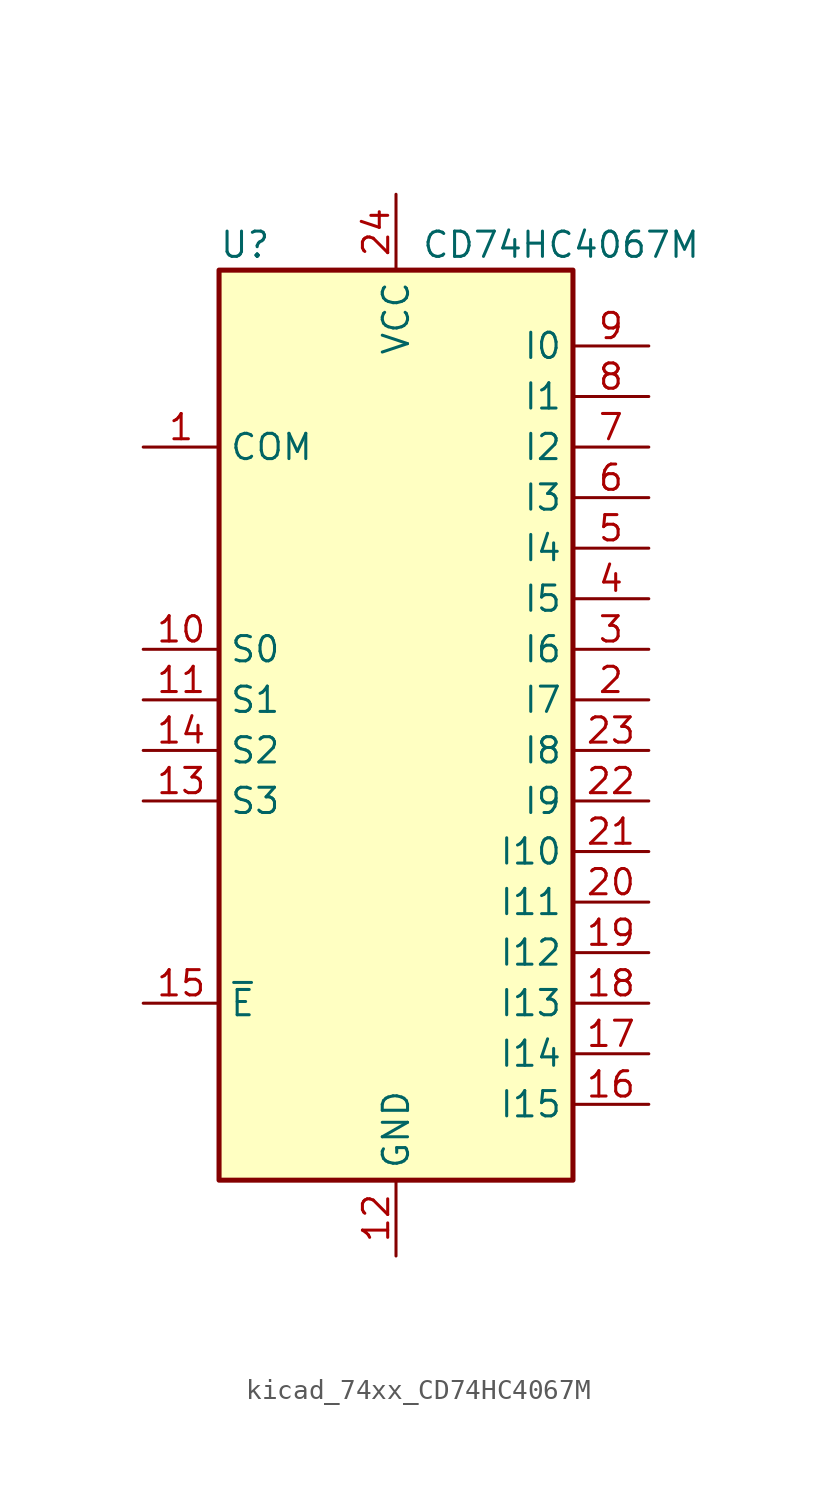
<source format=kicad_sym>
(kicad_symbol_lib
  (version 20220914)
  (generator kicad_symbol_editor)
  (symbol "kicad_74xx_CD74HC4067M"
    (property "Reference" "U"
      (at -8.89 22.86 0)
      (effects (font (size 1.27 1.27)) (justify left)))
    (property "Value" "CD74HC4067M"
      (at 1.27 22.86 0)
      (effects (font (size 1.27 1.27)) (justify left)))
    (symbol "kicad_74xx_CD74HC4067M_0_1"
      (rectangle (start -8.89 21.59) (end 8.89 -24.13) (stroke (width 0.254) (type default)) (fill (type background))))
    (symbol "kicad_74xx_CD74HC4067M_1_1"
      (pin passive line (at -12.7 12.7 0) (length 3.81) (name "COM" (effects (font (size 1.27 1.27)))) (number "1" (effects (font (size 1.27 1.27)))))
      (pin input line (at -12.7 2.54 0) (length 3.81) (name "S0" (effects (font (size 1.27 1.27)))) (number "10" (effects (font (size 1.27 1.27)))))
      (pin input line (at -12.7 0 0) (length 3.81) (name "S1" (effects (font (size 1.27 1.27)))) (number "11" (effects (font (size 1.27 1.27)))))
      (pin power_in line (at 0 -27.94 90) (length 3.81) (name "GND" (effects (font (size 1.27 1.27)))) (number "12" (effects (font (size 1.27 1.27)))))
      (pin input line (at -12.7 -5.08 0) (length 3.81) (name "S3" (effects (font (size 1.27 1.27)))) (number "13" (effects (font (size 1.27 1.27)))))
      (pin input line (at -12.7 -2.54 0) (length 3.81) (name "S2" (effects (font (size 1.27 1.27)))) (number "14" (effects (font (size 1.27 1.27)))))
      (pin input line (at -12.7 -15.24 0) (length 3.81) (name "~{E}" (effects (font (size 1.27 1.27)))) (number "15" (effects (font (size 1.27 1.27)))))
      (pin passive line (at 12.7 -20.32 180) (length 3.81) (name "I15" (effects (font (size 1.27 1.27)))) (number "16" (effects (font (size 1.27 1.27)))))
      (pin passive line (at 12.7 -17.78 180) (length 3.81) (name "I14" (effects (font (size 1.27 1.27)))) (number "17" (effects (font (size 1.27 1.27)))))
      (pin passive line (at 12.7 -15.24 180) (length 3.81) (name "I13" (effects (font (size 1.27 1.27)))) (number "18" (effects (font (size 1.27 1.27)))))
      (pin passive line (at 12.7 -12.7 180) (length 3.81) (name "I12" (effects (font (size 1.27 1.27)))) (number "19" (effects (font (size 1.27 1.27)))))
      (pin passive line (at 12.7 0 180) (length 3.81) (name "I7" (effects (font (size 1.27 1.27)))) (number "2" (effects (font (size 1.27 1.27)))))
      (pin passive line (at 12.7 -10.16 180) (length 3.81) (name "I11" (effects (font (size 1.27 1.27)))) (number "20" (effects (font (size 1.27 1.27)))))
      (pin passive line (at 12.7 -7.62 180) (length 3.81) (name "I10" (effects (font (size 1.27 1.27)))) (number "21" (effects (font (size 1.27 1.27)))))
      (pin passive line (at 12.7 -5.08 180) (length 3.81) (name "I9" (effects (font (size 1.27 1.27)))) (number "22" (effects (font (size 1.27 1.27)))))
      (pin passive line (at 12.7 -2.54 180) (length 3.81) (name "I8" (effects (font (size 1.27 1.27)))) (number "23" (effects (font (size 1.27 1.27)))))
      (pin power_in line (at 0 25.4 270) (length 3.81) (name "VCC" (effects (font (size 1.27 1.27)))) (number "24" (effects (font (size 1.27 1.27)))))
      (pin passive line (at 12.7 2.54 180) (length 3.81) (name "I6" (effects (font (size 1.27 1.27)))) (number "3" (effects (font (size 1.27 1.27)))))
      (pin passive line (at 12.7 5.08 180) (length 3.81) (name "I5" (effects (font (size 1.27 1.27)))) (number "4" (effects (font (size 1.27 1.27)))))
      (pin passive line (at 12.7 7.62 180) (length 3.81) (name "I4" (effects (font (size 1.27 1.27)))) (number "5" (effects (font (size 1.27 1.27)))))
      (pin passive line (at 12.7 10.16 180) (length 3.81) (name "I3" (effects (font (size 1.27 1.27)))) (number "6" (effects (font (size 1.27 1.27)))))
      (pin passive line (at 12.7 12.7 180) (length 3.81) (name "I2" (effects (font (size 1.27 1.27)))) (number "7" (effects (font (size 1.27 1.27)))))
      (pin passive line (at 12.7 15.24 180) (length 3.81) (name "I1" (effects (font (size 1.27 1.27)))) (number "8" (effects (font (size 1.27 1.27)))))
      (pin passive line (at 12.7 17.78 180) (length 3.81) (name "I0" (effects (font (size 1.27 1.27)))) (number "9" (effects (font (size 1.27 1.27))))))))
</source>
